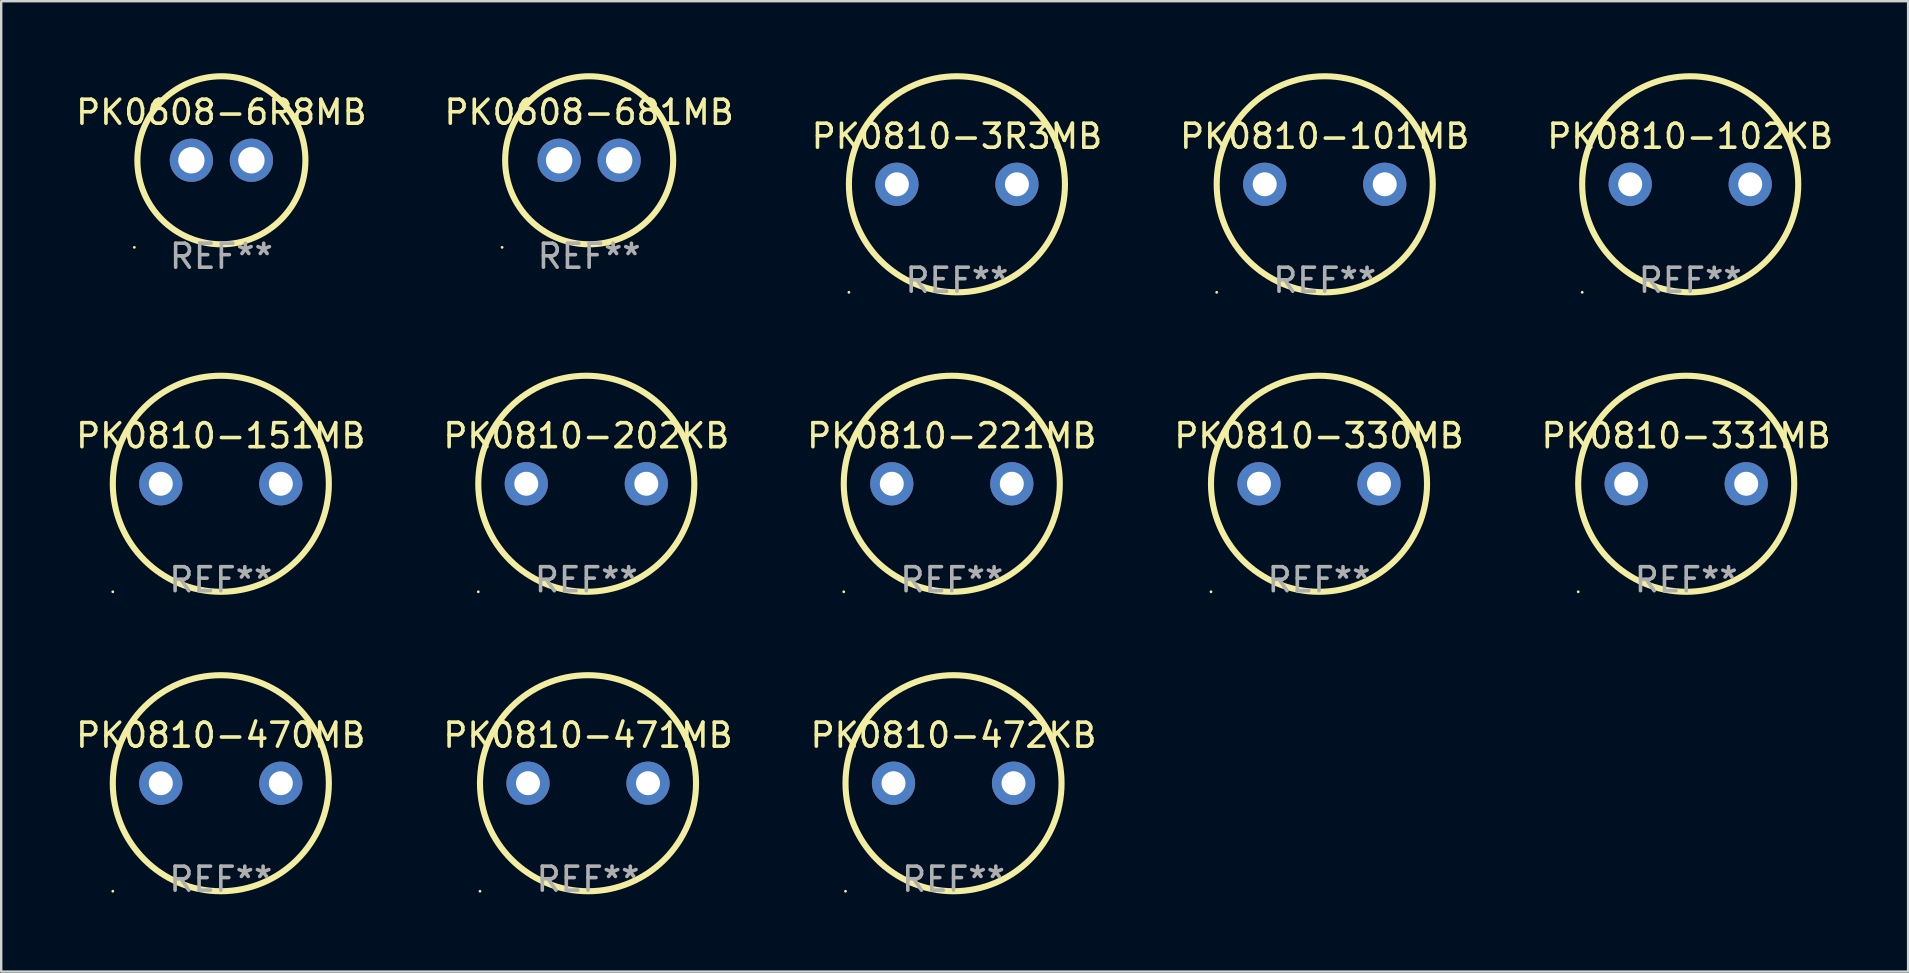
<source format=kicad_pcb>
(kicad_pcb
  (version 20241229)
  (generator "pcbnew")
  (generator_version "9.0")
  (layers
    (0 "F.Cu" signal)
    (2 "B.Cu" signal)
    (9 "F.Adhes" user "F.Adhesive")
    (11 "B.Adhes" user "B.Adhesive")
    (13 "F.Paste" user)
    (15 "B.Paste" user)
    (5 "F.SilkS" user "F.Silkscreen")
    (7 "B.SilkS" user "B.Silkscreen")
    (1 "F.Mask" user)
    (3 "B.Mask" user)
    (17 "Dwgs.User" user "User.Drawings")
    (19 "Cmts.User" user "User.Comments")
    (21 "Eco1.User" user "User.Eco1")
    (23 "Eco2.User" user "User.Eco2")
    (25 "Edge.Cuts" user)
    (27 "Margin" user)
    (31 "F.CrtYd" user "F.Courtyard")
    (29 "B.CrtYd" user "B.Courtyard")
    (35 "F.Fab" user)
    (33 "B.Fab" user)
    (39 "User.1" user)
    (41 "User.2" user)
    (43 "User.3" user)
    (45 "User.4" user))
  (footprint "PK0810-330MB"
    (layer "F.Cu")
    (at 51.899 17.103)
    (property "Reference" "PK0810-330MB" (at 0 -2 0) (layer "F.SilkS") (effects (font (size 1 1) (thickness 0.15))))
    (attr through_hole)
    (fp_circle (center -4.5 4.5) (end -4.47 4.5) (stroke (width 0.06) (type solid)) (fill no) (layer "F.SilkS"))
    (fp_circle (center -0.000127 0) (end 4.5 0) (stroke (width 0.254) (type solid)) (fill no) (layer "F.SilkS"))
    (fp_text user "REF**" (at 0 4 0) (layer "F.Fab") (effects (font (size 1 1) (thickness 0.15))))
    (pad "1" thru_hole circle (at -2.5 0) (size 1.8 1.8) (drill 1) (layers "*.Cu" "*.Mask"))
    (pad "2" thru_hole circle (at 2.5 0) (size 1.8 1.8) (drill 1) (layers "*.Cu" "*.Mask")))
  (footprint "PK0810-151MB"
    (layer "F.Cu")
    (at 6.149 17.103)
    (property "Reference" "PK0810-151MB" (at 0 -2 0) (layer "F.SilkS") (effects (font (size 1 1) (thickness 0.15))))
    (attr through_hole)
    (fp_circle (center -4.5 4.5) (end -4.47 4.5) (stroke (width 0.06) (type solid)) (fill no) (layer "F.SilkS"))
    (fp_circle (center -0.000127 0) (end 4.5 0) (stroke (width 0.254) (type solid)) (fill no) (layer "F.SilkS"))
    (fp_text user "REF**" (at 0 4 0) (layer "F.Fab") (effects (font (size 1 1) (thickness 0.15))))
    (pad "1" thru_hole circle (at -2.5 0) (size 1.8 1.8) (drill 1) (layers "*.Cu" "*.Mask"))
    (pad "2" thru_hole circle (at 2.5 0) (size 1.8 1.8) (drill 1) (layers "*.Cu" "*.Mask")))
  (footprint "PK0810-202KB"
    (layer "F.Cu")
    (at 21.375 17.103)
    (property "Reference" "PK0810-202KB" (at 0 -2 0) (layer "F.SilkS") (effects (font (size 1 1) (thickness 0.15))))
    (attr through_hole)
    (fp_circle (center -4.5 4.5) (end -4.47 4.5) (stroke (width 0.06) (type solid)) (fill no) (layer "F.SilkS"))
    (fp_circle (center -0.000127 0) (end 4.5 0) (stroke (width 0.254) (type solid)) (fill no) (layer "F.SilkS"))
    (fp_text user "REF**" (at 0 4 0) (layer "F.Fab") (effects (font (size 1 1) (thickness 0.15))))
    (pad "1" thru_hole circle (at -2.5 0) (size 1.8 1.8) (drill 1) (layers "*.Cu" "*.Mask"))
    (pad "2" thru_hole circle (at 2.5 0) (size 1.8 1.8) (drill 1) (layers "*.Cu" "*.Mask")))
  (footprint "PK0810-102KB"
    (layer "F.Cu")
    (at 67.363 4.627)
    (property "Reference" "PK0810-102KB" (at 0 -2 0) (layer "F.SilkS") (effects (font (size 1 1) (thickness 0.15))))
    (attr through_hole)
    (fp_circle (center -4.5 4.5) (end -4.47 4.5) (stroke (width 0.06) (type solid)) (fill no) (layer "F.SilkS"))
    (fp_circle (center -0.000127 0) (end 4.5 0) (stroke (width 0.254) (type solid)) (fill no) (layer "F.SilkS"))
    (fp_text user "REF**" (at 0 4 0) (layer "F.Fab") (effects (font (size 1 1) (thickness 0.15))))
    (pad "1" thru_hole circle (at -2.5 0) (size 1.8 1.8) (drill 1) (layers "*.Cu" "*.Mask"))
    (pad "2" thru_hole circle (at 2.5 0) (size 1.8 1.8) (drill 1) (layers "*.Cu" "*.Mask")))
  (footprint "PK0810-470MB"
    (layer "F.Cu")
    (at 6.149 29.578)
    (property "Reference" "PK0810-470MB" (at 0 -2 0) (layer "F.SilkS") (effects (font (size 1 1) (thickness 0.15))))
    (attr through_hole)
    (fp_circle (center -4.5 4.5) (end -4.47 4.5) (stroke (width 0.06) (type solid)) (fill no) (layer "F.SilkS"))
    (fp_circle (center -0.000127 0) (end 4.5 0) (stroke (width 0.254) (type solid)) (fill no) (layer "F.SilkS"))
    (fp_text user "REF**" (at 0 4 0) (layer "F.Fab") (effects (font (size 1 1) (thickness 0.15))))
    (pad "1" thru_hole circle (at -2.5 0) (size 1.8 1.8) (drill 1) (layers "*.Cu" "*.Mask"))
    (pad "2" thru_hole circle (at 2.5 0) (size 1.8 1.8) (drill 1) (layers "*.Cu" "*.Mask")))
  (footprint "PK0810-101MB"
    (layer "F.Cu")
    (at 52.137 4.627)
    (property "Reference" "PK0810-101MB" (at 0 -2 0) (layer "F.SilkS") (effects (font (size 1 1) (thickness 0.15))))
    (attr through_hole)
    (fp_circle (center -4.5 4.5) (end -4.47 4.5) (stroke (width 0.06) (type solid)) (fill no) (layer "F.SilkS"))
    (fp_circle (center -0.000127 0) (end 4.5 0) (stroke (width 0.254) (type solid)) (fill no) (layer "F.SilkS"))
    (fp_text user "REF**" (at 0 4 0) (layer "F.Fab") (effects (font (size 1 1) (thickness 0.15))))
    (pad "1" thru_hole circle (at -2.5 0) (size 1.8 1.8) (drill 1) (layers "*.Cu" "*.Mask"))
    (pad "2" thru_hole circle (at 2.5 0) (size 1.8 1.8) (drill 1) (layers "*.Cu" "*.Mask")))
  (footprint "PK0810-331MB"
    (layer "F.Cu")
    (at 67.196 17.103)
    (property "Reference" "PK0810-331MB" (at 0 -2 0) (layer "F.SilkS") (effects (font (size 1 1) (thickness 0.15))))
    (attr through_hole)
    (fp_circle (center -4.5 4.5) (end -4.47 4.5) (stroke (width 0.06) (type solid)) (fill no) (layer "F.SilkS"))
    (fp_circle (center -0.000127 0) (end 4.5 0) (stroke (width 0.254) (type solid)) (fill no) (layer "F.SilkS"))
    (fp_text user "REF**" (at 0 4 0) (layer "F.Fab") (effects (font (size 1 1) (thickness 0.15))))
    (pad "1" thru_hole circle (at -2.5 0) (size 1.8 1.8) (drill 1) (layers "*.Cu" "*.Mask"))
    (pad "2" thru_hole circle (at 2.5 0) (size 1.8 1.8) (drill 1) (layers "*.Cu" "*.Mask")))
  (footprint "PK0608-681MB"
    (layer "F.Cu")
    (at 21.494 3.627)
    (property "Reference" "PK0608-681MB" (at 0 -2 0) (layer "F.SilkS") (effects (font (size 1 1) (thickness 0.15))))
    (attr through_hole)
    (fp_circle (center -3.627 3.627) (end -3.597 3.627) (stroke (width 0.06) (type solid)) (fill no) (layer "F.SilkS"))
    (fp_circle (center 0 0) (end 3.5 0) (stroke (width 0.254) (type solid)) (fill no) (layer "F.SilkS"))
    (fp_text user "REF**" (at 0 4 0) (layer "F.Fab") (effects (font (size 1 1) (thickness 0.15))))
    (pad "1" thru_hole circle (at -1.25 0) (size 1.8 1.8) (drill 1.1) (layers "*.Cu" "*.Mask"))
    (pad "2" thru_hole circle (at 1.25 0) (size 1.8 1.8) (drill 1.1) (layers "*.Cu" "*.Mask")))
  (footprint "PK0810-221MB"
    (layer "F.Cu")
    (at 36.601 17.103)
    (property "Reference" "PK0810-221MB" (at 0 -2 0) (layer "F.SilkS") (effects (font (size 1 1) (thickness 0.15))))
    (attr through_hole)
    (fp_circle (center -4.5 4.5) (end -4.47 4.5) (stroke (width 0.06) (type solid)) (fill no) (layer "F.SilkS"))
    (fp_circle (center -0.000127 0) (end 4.5 0) (stroke (width 0.254) (type solid)) (fill no) (layer "F.SilkS"))
    (fp_text user "REF**" (at 0 4 0) (layer "F.Fab") (effects (font (size 1 1) (thickness 0.15))))
    (pad "1" thru_hole circle (at -2.5 0) (size 1.8 1.8) (drill 1) (layers "*.Cu" "*.Mask"))
    (pad "2" thru_hole circle (at 2.5 0) (size 1.8 1.8) (drill 1) (layers "*.Cu" "*.Mask")))
  (footprint "PK0810-472KB"
    (layer "F.Cu")
    (at 36.673 29.578)
    (property "Reference" "PK0810-472KB" (at 0 -2 0) (layer "F.SilkS") (effects (font (size 1 1) (thickness 0.15))))
    (attr through_hole)
    (fp_circle (center -4.5 4.5) (end -4.47 4.5) (stroke (width 0.06) (type solid)) (fill no) (layer "F.SilkS"))
    (fp_circle (center -0.000127 0) (end 4.5 0) (stroke (width 0.254) (type solid)) (fill no) (layer "F.SilkS"))
    (fp_text user "REF**" (at 0 4 0) (layer "F.Fab") (effects (font (size 1 1) (thickness 0.15))))
    (pad "1" thru_hole circle (at -2.5 0) (size 1.8 1.8) (drill 1) (layers "*.Cu" "*.Mask"))
    (pad "2" thru_hole circle (at 2.5 0) (size 1.8 1.8) (drill 1) (layers "*.Cu" "*.Mask")))
  (footprint "PK0608-6R8MB"
    (layer "F.Cu")
    (at 6.173 3.627)
    (property "Reference" "PK0608-6R8MB" (at 0 -2 0) (layer "F.SilkS") (effects (font (size 1 1) (thickness 0.15))))
    (attr through_hole)
    (fp_circle (center -3.627 3.627) (end -3.597 3.627) (stroke (width 0.06) (type solid)) (fill no) (layer "F.SilkS"))
    (fp_circle (center 0 0) (end 3.5 0) (stroke (width 0.254) (type solid)) (fill no) (layer "F.SilkS"))
    (fp_text user "REF**" (at 0 4 0) (layer "F.Fab") (effects (font (size 1 1) (thickness 0.15))))
    (pad "1" thru_hole circle (at -1.25 0) (size 1.8 1.8) (drill 1.1) (layers "*.Cu" "*.Mask"))
    (pad "2" thru_hole circle (at 1.25 0) (size 1.8 1.8) (drill 1.1) (layers "*.Cu" "*.Mask")))
  (footprint "PK0810-3R3MB"
    (layer "F.Cu")
    (at 36.815 4.627)
    (property "Reference" "PK0810-3R3MB" (at 0 -2 0) (layer "F.SilkS") (effects (font (size 1 1) (thickness 0.15))))
    (attr through_hole)
    (fp_circle (center -4.5 4.5) (end -4.47 4.5) (stroke (width 0.06) (type solid)) (fill no) (layer "F.SilkS"))
    (fp_circle (center -0.000127 0) (end 4.5 0) (stroke (width 0.254) (type solid)) (fill no) (layer "F.SilkS"))
    (fp_text user "REF**" (at 0 4 0) (layer "F.Fab") (effects (font (size 1 1) (thickness 0.15))))
    (pad "1" thru_hole circle (at -2.5 0) (size 1.8 1.8) (drill 1) (layers "*.Cu" "*.Mask"))
    (pad "2" thru_hole circle (at 2.5 0) (size 1.8 1.8) (drill 1) (layers "*.Cu" "*.Mask")))
  (footprint "PK0810-471MB"
    (layer "F.Cu")
    (at 21.446 29.578)
    (property "Reference" "PK0810-471MB" (at 0 -2 0) (layer "F.SilkS") (effects (font (size 1 1) (thickness 0.15))))
    (attr through_hole)
    (fp_circle (center -4.5 4.5) (end -4.47 4.5) (stroke (width 0.06) (type solid)) (fill no) (layer "F.SilkS"))
    (fp_circle (center -0.000127 0) (end 4.5 0) (stroke (width 0.254) (type solid)) (fill no) (layer "F.SilkS"))
    (fp_text user "REF**" (at 0 4 0) (layer "F.Fab") (effects (font (size 1 1) (thickness 0.15))))
    (pad "1" thru_hole circle (at -2.5 0) (size 1.8 1.8) (drill 1) (layers "*.Cu" "*.Mask"))
    (pad "2" thru_hole circle (at 2.5 0) (size 1.8 1.8) (drill 1) (layers "*.Cu" "*.Mask")))
  (gr_rect
    (start -3 -3)
    (end 76.44 37.426)
    (stroke (width 0.1) (type default))
    (fill no)
    (layer "Edge.Cuts")))
</source>
